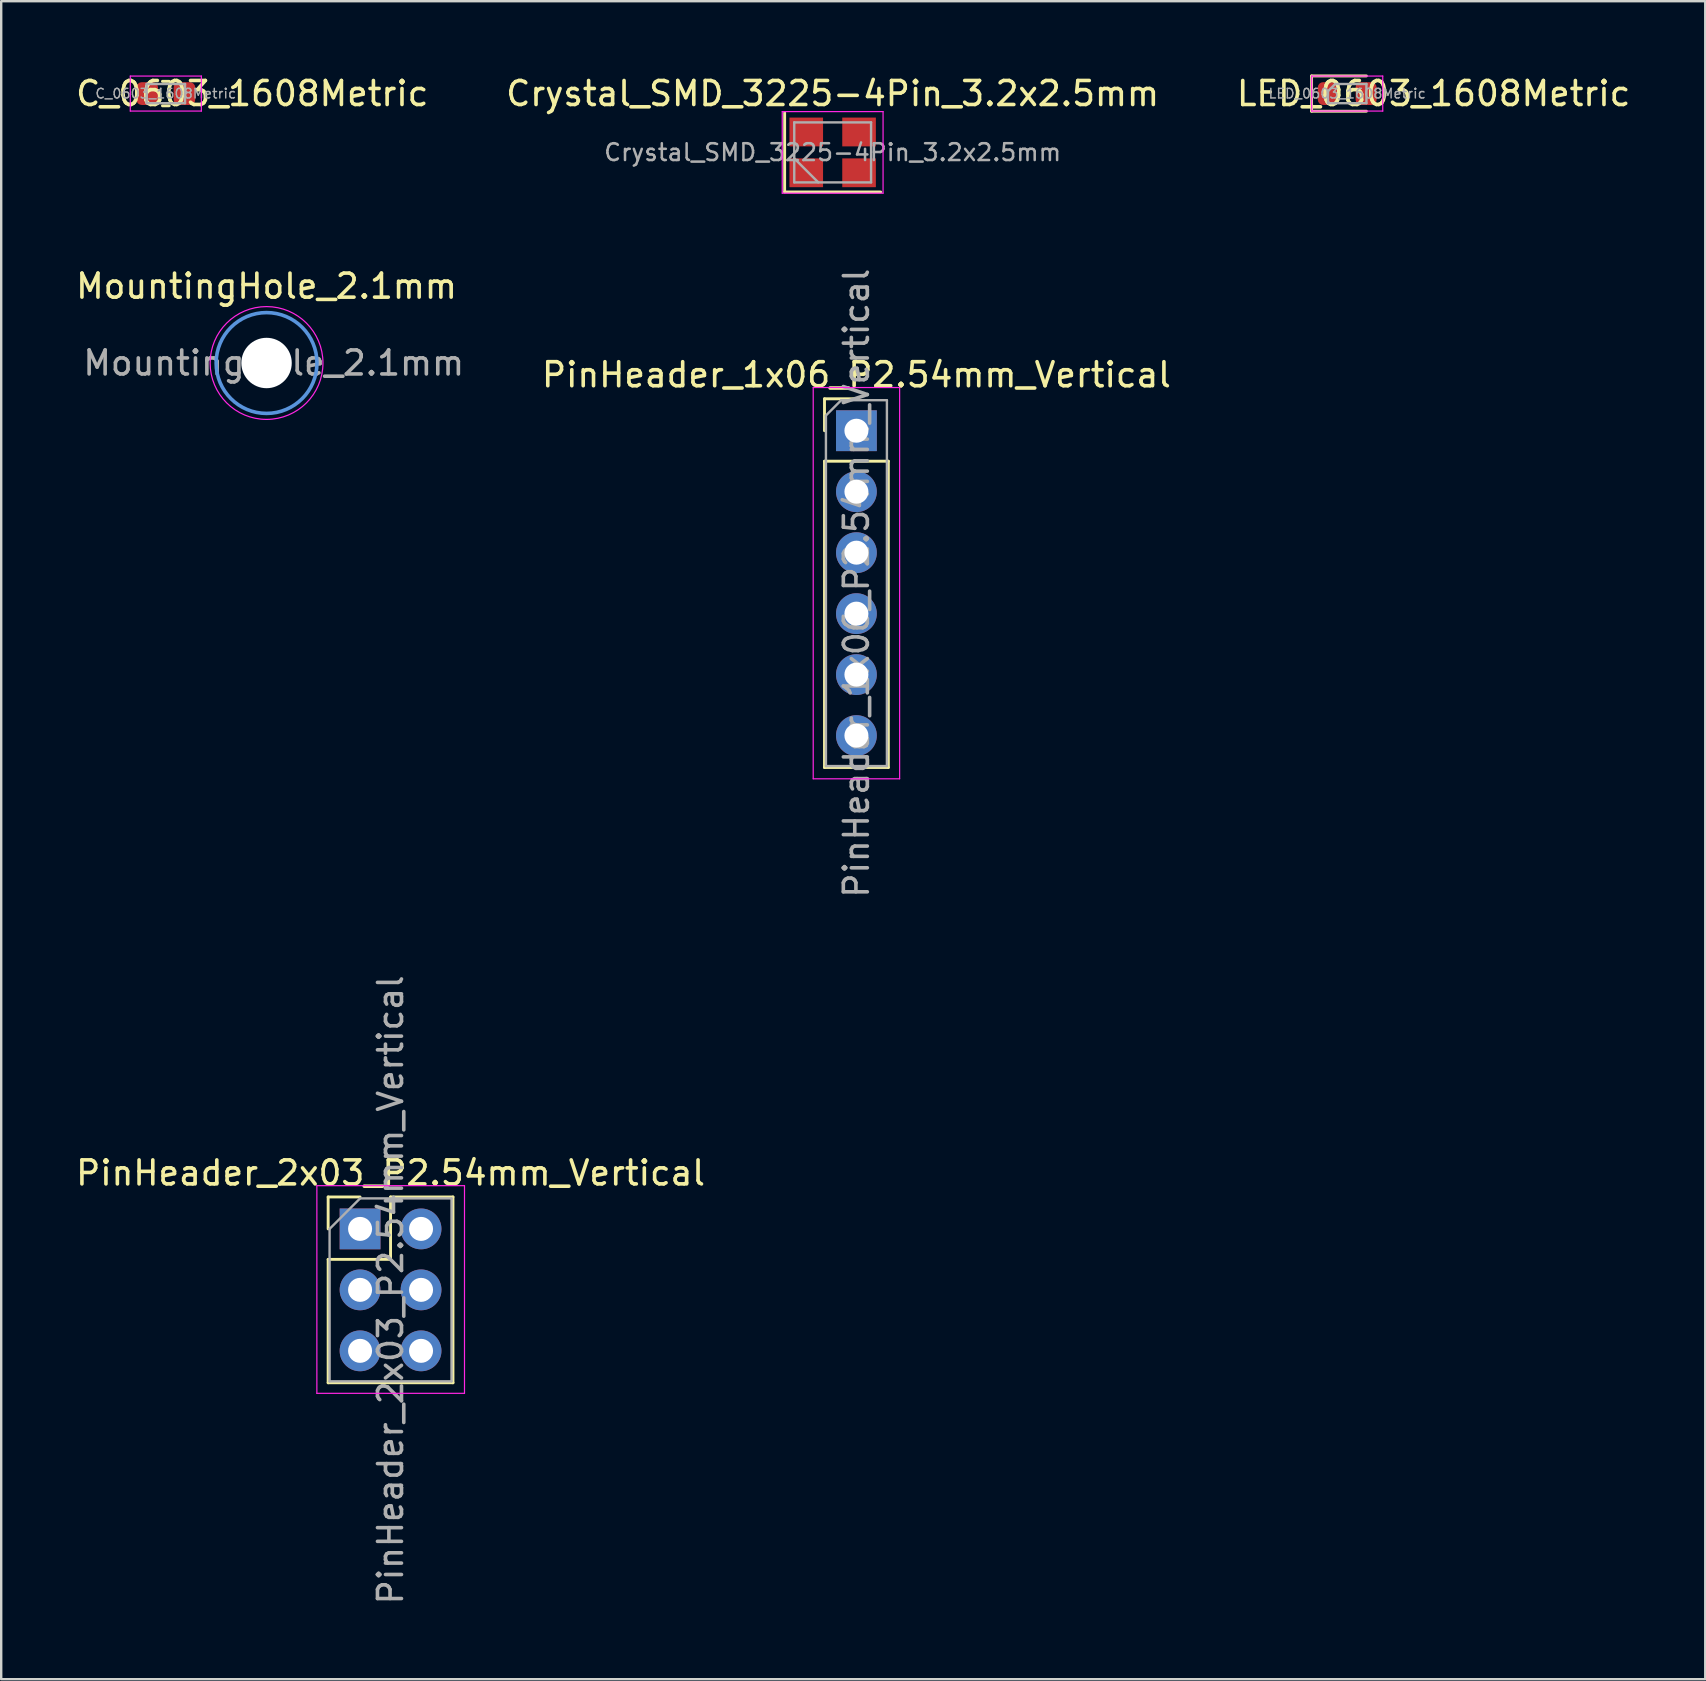
<source format=kicad_pcb>
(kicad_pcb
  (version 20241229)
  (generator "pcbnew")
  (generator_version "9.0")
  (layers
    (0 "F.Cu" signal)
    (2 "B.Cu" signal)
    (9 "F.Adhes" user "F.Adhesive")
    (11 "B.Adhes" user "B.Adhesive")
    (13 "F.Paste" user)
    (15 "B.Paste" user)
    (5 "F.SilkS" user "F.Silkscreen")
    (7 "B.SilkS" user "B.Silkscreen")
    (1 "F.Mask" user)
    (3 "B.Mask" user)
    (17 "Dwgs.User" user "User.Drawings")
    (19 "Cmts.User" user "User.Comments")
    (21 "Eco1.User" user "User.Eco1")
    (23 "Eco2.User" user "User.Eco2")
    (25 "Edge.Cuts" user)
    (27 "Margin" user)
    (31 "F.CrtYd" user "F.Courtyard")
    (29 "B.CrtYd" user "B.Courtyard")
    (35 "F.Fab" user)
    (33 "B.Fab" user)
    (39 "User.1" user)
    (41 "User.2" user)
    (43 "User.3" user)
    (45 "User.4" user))
  (footprint "C_0603_1608Metric"
    (layer "F.Cu")
    (at 3.858 0.848)
    (property "Reference" "C_0603_1608Metric" (at 3.6 0 0) (layer "F.SilkS") (effects (font (size 1 1) (thickness 0.15))))
    (attr smd)
    (fp_line (start -0.141 -0.51) (end 0.141 -0.51) (stroke (width 0.12) (type solid)) (layer "F.SilkS"))
    (fp_line (start -0.141 0.51) (end 0.141 0.51) (stroke (width 0.12) (type solid)) (layer "F.SilkS"))
    (fp_line (start -1.48 -0.73) (end 1.48 -0.73) (stroke (width 0.05) (type solid)) (layer "F.CrtYd"))
    (fp_line (start -1.48 0.73) (end -1.48 -0.73) (stroke (width 0.05) (type solid)) (layer "F.CrtYd"))
    (fp_line (start 1.48 -0.73) (end 1.48 0.73) (stroke (width 0.05) (type solid)) (layer "F.CrtYd"))
    (fp_line (start 1.48 0.73) (end -1.48 0.73) (stroke (width 0.05) (type solid)) (layer "F.CrtYd"))
    (fp_line (start -0.8 -0.4) (end 0.8 -0.4) (stroke (width 0.1) (type solid)) (layer "F.Fab"))
    (fp_line (start -0.8 0.4) (end -0.8 -0.4) (stroke (width 0.1) (type solid)) (layer "F.Fab"))
    (fp_line (start 0.8 -0.4) (end 0.8 0.4) (stroke (width 0.1) (type solid)) (layer "F.Fab"))
    (fp_line (start 0.8 0.4) (end -0.8 0.4) (stroke (width 0.1) (type solid)) (layer "F.Fab"))
    (fp_text user "${REFERENCE}" (at 0 0 0) (layer "F.Fab") (effects (font (size 0.4 0.4) (thickness 0.06))))
    (pad "1" smd roundrect (at -0.775 0) (size 0.9 0.95) (layers "F.Cu" "F.Mask" "F.Paste") (roundrect_rratio 0.25))
    (pad "2" smd roundrect (at 0.775 0) (size 0.9 0.95) (layers "F.Cu" "F.Mask" "F.Paste") (roundrect_rratio 0.25)))
  (footprint "Crystal_SMD_3225-4Pin_3.2x2.5mm"
    (layer "F.Cu")
    (at 31.637 3.298)
    (property "Reference" "Crystal_SMD_3225-4Pin_3.2x2.5mm" (at 0 -2.45 0) (layer "F.SilkS") (effects (font (size 1 1) (thickness 0.15))))
    (attr smd)
    (fp_line (start -2 -1.65) (end -2 1.65) (stroke (width 0.12) (type solid)) (layer "F.SilkS"))
    (fp_line (start -2 1.65) (end 2 1.65) (stroke (width 0.12) (type solid)) (layer "F.SilkS"))
    (fp_line (start -2.1 -1.7) (end -2.1 1.7) (stroke (width 0.05) (type solid)) (layer "F.CrtYd"))
    (fp_line (start -2.1 1.7) (end 2.1 1.7) (stroke (width 0.05) (type solid)) (layer "F.CrtYd"))
    (fp_line (start 2.1 -1.7) (end -2.1 -1.7) (stroke (width 0.05) (type solid)) (layer "F.CrtYd"))
    (fp_line (start 2.1 1.7) (end 2.1 -1.7) (stroke (width 0.05) (type solid)) (layer "F.CrtYd"))
    (fp_line (start -1.6 -1.25) (end -1.6 1.25) (stroke (width 0.1) (type solid)) (layer "F.Fab"))
    (fp_line (start -1.6 0.25) (end -0.6 1.25) (stroke (width 0.1) (type solid)) (layer "F.Fab"))
    (fp_line (start -1.6 1.25) (end 1.6 1.25) (stroke (width 0.1) (type solid)) (layer "F.Fab"))
    (fp_line (start 1.6 -1.25) (end -1.6 -1.25) (stroke (width 0.1) (type solid)) (layer "F.Fab"))
    (fp_line (start 1.6 1.25) (end 1.6 -1.25) (stroke (width 0.1) (type solid)) (layer "F.Fab"))
    (fp_text user "${REFERENCE}" (at 0 0 0) (layer "F.Fab") (effects (font (size 0.7 0.7) (thickness 0.105))))
    (pad "1" smd rect (at -1.1 0.85) (size 1.4 1.2) (layers "F.Cu" "F.Mask" "F.Paste"))
    (pad "2" smd rect (at 1.1 0.85) (size 1.4 1.2) (layers "F.Cu" "F.Mask" "F.Paste"))
    (pad "3" smd rect (at 1.1 -0.85) (size 1.4 1.2) (layers "F.Cu" "F.Mask" "F.Paste"))
    (pad "4" smd rect (at -1.1 -0.85) (size 1.4 1.2) (layers "F.Cu" "F.Mask" "F.Paste")))
  (footprint "MountingHole_2.1mm"
    (layer "F.Cu")
    (at 8.054 12.072)
    (property "Reference" "MountingHole_2.1mm" (at 0 -3.2 0) (layer "F.SilkS") (effects (font (size 1 1) (thickness 0.15))))
    (attr exclude_from_pos_files exclude_from_bom)
    (fp_circle (center 0 0) (end 2.1 0) (stroke (width 0.15) (type solid)) (fill no) (layer "Cmts.User"))
    (fp_circle (center 0 0) (end 2.35 0) (stroke (width 0.05) (type solid)) (fill no) (layer "F.CrtYd"))
    (fp_text user "${REFERENCE}" (at 0.3 0 0) (layer "F.Fab") (effects (font (size 1 1) (thickness 0.15))))
    (pad "" np_thru_hole circle (at 0 0) (size 2.1 2.1) (drill 2.1) (layers "*.Cu" "*.Mask")))
  (footprint "PinHeader_1x06_P2.54mm_Vertical"
    (layer "F.Cu")
    (at 32.627 14.893)
    (property "Reference" "PinHeader_1x06_P2.54mm_Vertical" (at 0 -2.33 0) (layer "F.SilkS") (effects (font (size 1 1) (thickness 0.15))))
    (attr through_hole)
    (fp_line (start -1.33 -1.33) (end 0 -1.33) (stroke (width 0.12) (type solid)) (layer "F.SilkS"))
    (fp_line (start -1.33 0) (end -1.33 -1.33) (stroke (width 0.12) (type solid)) (layer "F.SilkS"))
    (fp_line (start -1.33 1.27) (end -1.33 14.03) (stroke (width 0.12) (type solid)) (layer "F.SilkS"))
    (fp_line (start -1.33 1.27) (end 1.33 1.27) (stroke (width 0.12) (type solid)) (layer "F.SilkS"))
    (fp_line (start -1.33 14.03) (end 1.33 14.03) (stroke (width 0.12) (type solid)) (layer "F.SilkS"))
    (fp_line (start 1.33 1.27) (end 1.33 14.03) (stroke (width 0.12) (type solid)) (layer "F.SilkS"))
    (fp_line (start -1.8 -1.8) (end -1.8 14.5) (stroke (width 0.05) (type solid)) (layer "F.CrtYd"))
    (fp_line (start -1.8 14.5) (end 1.8 14.5) (stroke (width 0.05) (type solid)) (layer "F.CrtYd"))
    (fp_line (start 1.8 -1.8) (end -1.8 -1.8) (stroke (width 0.05) (type solid)) (layer "F.CrtYd"))
    (fp_line (start 1.8 14.5) (end 1.8 -1.8) (stroke (width 0.05) (type solid)) (layer "F.CrtYd"))
    (fp_line (start -1.27 -0.635) (end -0.635 -1.27) (stroke (width 0.1) (type solid)) (layer "F.Fab"))
    (fp_line (start -1.27 13.97) (end -1.27 -0.635) (stroke (width 0.1) (type solid)) (layer "F.Fab"))
    (fp_line (start -0.635 -1.27) (end 1.27 -1.27) (stroke (width 0.1) (type solid)) (layer "F.Fab"))
    (fp_line (start 1.27 -1.27) (end 1.27 13.97) (stroke (width 0.1) (type solid)) (layer "F.Fab"))
    (fp_line (start 1.27 13.97) (end -1.27 13.97) (stroke (width 0.1) (type solid)) (layer "F.Fab"))
    (fp_text user "${REFERENCE}" (at 0 6.35 90) (layer "F.Fab") (effects (font (size 1 1) (thickness 0.15))))
    (pad "1" thru_hole rect (at 0 0) (size 1.7 1.7) (drill 1) (layers "*.Cu" "*.Mask"))
    (pad "2" thru_hole oval (at 0 2.54) (size 1.7 1.7) (drill 1) (layers "*.Cu" "*.Mask"))
    (pad "3" thru_hole oval (at 0 5.08) (size 1.7 1.7) (drill 1) (layers "*.Cu" "*.Mask"))
    (pad "4" thru_hole oval (at 0 7.62) (size 1.7 1.7) (drill 1) (layers "*.Cu" "*.Mask"))
    (pad "5" thru_hole oval (at 0 10.16) (size 1.7 1.7) (drill 1) (layers "*.Cu" "*.Mask"))
    (pad "6" thru_hole oval (at 0 12.7) (size 1.7 1.7) (drill 1) (layers "*.Cu" "*.Mask")))
  (footprint "LED_0603_1608Metric"
    (layer "F.Cu")
    (at 53.073 0.848)
    (property "Reference" "LED_0603_1608Metric" (at 3.6 0 0) (layer "F.SilkS") (effects (font (size 1 1) (thickness 0.15))))
    (attr smd)
    (fp_line (start -1.485 -0.735) (end -1.485 0.735) (stroke (width 0.12) (type solid)) (layer "F.SilkS"))
    (fp_line (start -1.485 0.735) (end 0.8 0.735) (stroke (width 0.12) (type solid)) (layer "F.SilkS"))
    (fp_line (start 0.8 -0.735) (end -1.485 -0.735) (stroke (width 0.12) (type solid)) (layer "F.SilkS"))
    (fp_line (start -1.48 -0.73) (end 1.48 -0.73) (stroke (width 0.05) (type solid)) (layer "F.CrtYd"))
    (fp_line (start -1.48 0.73) (end -1.48 -0.73) (stroke (width 0.05) (type solid)) (layer "F.CrtYd"))
    (fp_line (start 1.48 -0.73) (end 1.48 0.73) (stroke (width 0.05) (type solid)) (layer "F.CrtYd"))
    (fp_line (start 1.48 0.73) (end -1.48 0.73) (stroke (width 0.05) (type solid)) (layer "F.CrtYd"))
    (fp_line (start -0.8 -0.1) (end -0.8 0.4) (stroke (width 0.1) (type solid)) (layer "F.Fab"))
    (fp_line (start -0.8 0.4) (end 0.8 0.4) (stroke (width 0.1) (type solid)) (layer "F.Fab"))
    (fp_line (start -0.5 -0.4) (end -0.8 -0.1) (stroke (width 0.1) (type solid)) (layer "F.Fab"))
    (fp_line (start 0.8 -0.4) (end -0.5 -0.4) (stroke (width 0.1) (type solid)) (layer "F.Fab"))
    (fp_line (start 0.8 0.4) (end 0.8 -0.4) (stroke (width 0.1) (type solid)) (layer "F.Fab"))
    (fp_text user "${REFERENCE}" (at 0 0 0) (layer "F.Fab") (effects (font (size 0.4 0.4) (thickness 0.06))))
    (pad "1" smd roundrect (at -0.787 0) (size 0.875 0.95) (layers "F.Cu" "F.Mask" "F.Paste") (roundrect_rratio 0.25))
    (pad "2" smd roundrect (at 0.787 0) (size 0.875 0.95) (layers "F.Cu" "F.Mask" "F.Paste") (roundrect_rratio 0.25)))
  (footprint "PinHeader_2x03_P2.54mm_Vertical"
    (layer "F.Cu")
    (at 11.95 48.144)
    (property "Reference" "PinHeader_2x03_P2.54mm_Vertical" (at 1.27 -2.33 0) (layer "F.SilkS") (effects (font (size 1 1) (thickness 0.15))))
    (attr through_hole)
    (fp_line (start -1.33 -1.33) (end 0 -1.33) (stroke (width 0.12) (type solid)) (layer "F.SilkS"))
    (fp_line (start -1.33 0) (end -1.33 -1.33) (stroke (width 0.12) (type solid)) (layer "F.SilkS"))
    (fp_line (start -1.33 1.27) (end -1.33 6.41) (stroke (width 0.12) (type solid)) (layer "F.SilkS"))
    (fp_line (start -1.33 1.27) (end 1.27 1.27) (stroke (width 0.12) (type solid)) (layer "F.SilkS"))
    (fp_line (start -1.33 6.41) (end 3.87 6.41) (stroke (width 0.12) (type solid)) (layer "F.SilkS"))
    (fp_line (start 1.27 -1.33) (end 3.87 -1.33) (stroke (width 0.12) (type solid)) (layer "F.SilkS"))
    (fp_line (start 1.27 1.27) (end 1.27 -1.33) (stroke (width 0.12) (type solid)) (layer "F.SilkS"))
    (fp_line (start 3.87 -1.33) (end 3.87 6.41) (stroke (width 0.12) (type solid)) (layer "F.SilkS"))
    (fp_line (start -1.8 -1.8) (end -1.8 6.85) (stroke (width 0.05) (type solid)) (layer "F.CrtYd"))
    (fp_line (start -1.8 6.85) (end 4.35 6.85) (stroke (width 0.05) (type solid)) (layer "F.CrtYd"))
    (fp_line (start 4.35 -1.8) (end -1.8 -1.8) (stroke (width 0.05) (type solid)) (layer "F.CrtYd"))
    (fp_line (start 4.35 6.85) (end 4.35 -1.8) (stroke (width 0.05) (type solid)) (layer "F.CrtYd"))
    (fp_line (start -1.27 0) (end 0 -1.27) (stroke (width 0.1) (type solid)) (layer "F.Fab"))
    (fp_line (start -1.27 6.35) (end -1.27 0) (stroke (width 0.1) (type solid)) (layer "F.Fab"))
    (fp_line (start 0 -1.27) (end 3.81 -1.27) (stroke (width 0.1) (type solid)) (layer "F.Fab"))
    (fp_line (start 3.81 -1.27) (end 3.81 6.35) (stroke (width 0.1) (type solid)) (layer "F.Fab"))
    (fp_line (start 3.81 6.35) (end -1.27 6.35) (stroke (width 0.1) (type solid)) (layer "F.Fab"))
    (fp_text user "${REFERENCE}" (at 1.27 2.54 90) (layer "F.Fab") (effects (font (size 1 1) (thickness 0.15))))
    (pad "1" thru_hole rect (at 0 0) (size 1.7 1.7) (drill 1) (layers "*.Cu" "*.Mask"))
    (pad "2" thru_hole oval (at 2.54 0) (size 1.7 1.7) (drill 1) (layers "*.Cu" "*.Mask"))
    (pad "3" thru_hole oval (at 0 2.54) (size 1.7 1.7) (drill 1) (layers "*.Cu" "*.Mask"))
    (pad "4" thru_hole oval (at 2.54 2.54) (size 1.7 1.7) (drill 1) (layers "*.Cu" "*.Mask"))
    (pad "5" thru_hole oval (at 0 5.08) (size 1.7 1.7) (drill 1) (layers "*.Cu" "*.Mask"))
    (pad "6" thru_hole oval (at 2.54 5.08) (size 1.7 1.7) (drill 1) (layers "*.Cu" "*.Mask")))
  (gr_rect
    (start -3 -3)
    (end 67.988 66.904)
    (stroke (width 0.1) (type default))
    (fill no)
    (layer "Edge.Cuts")))
</source>
